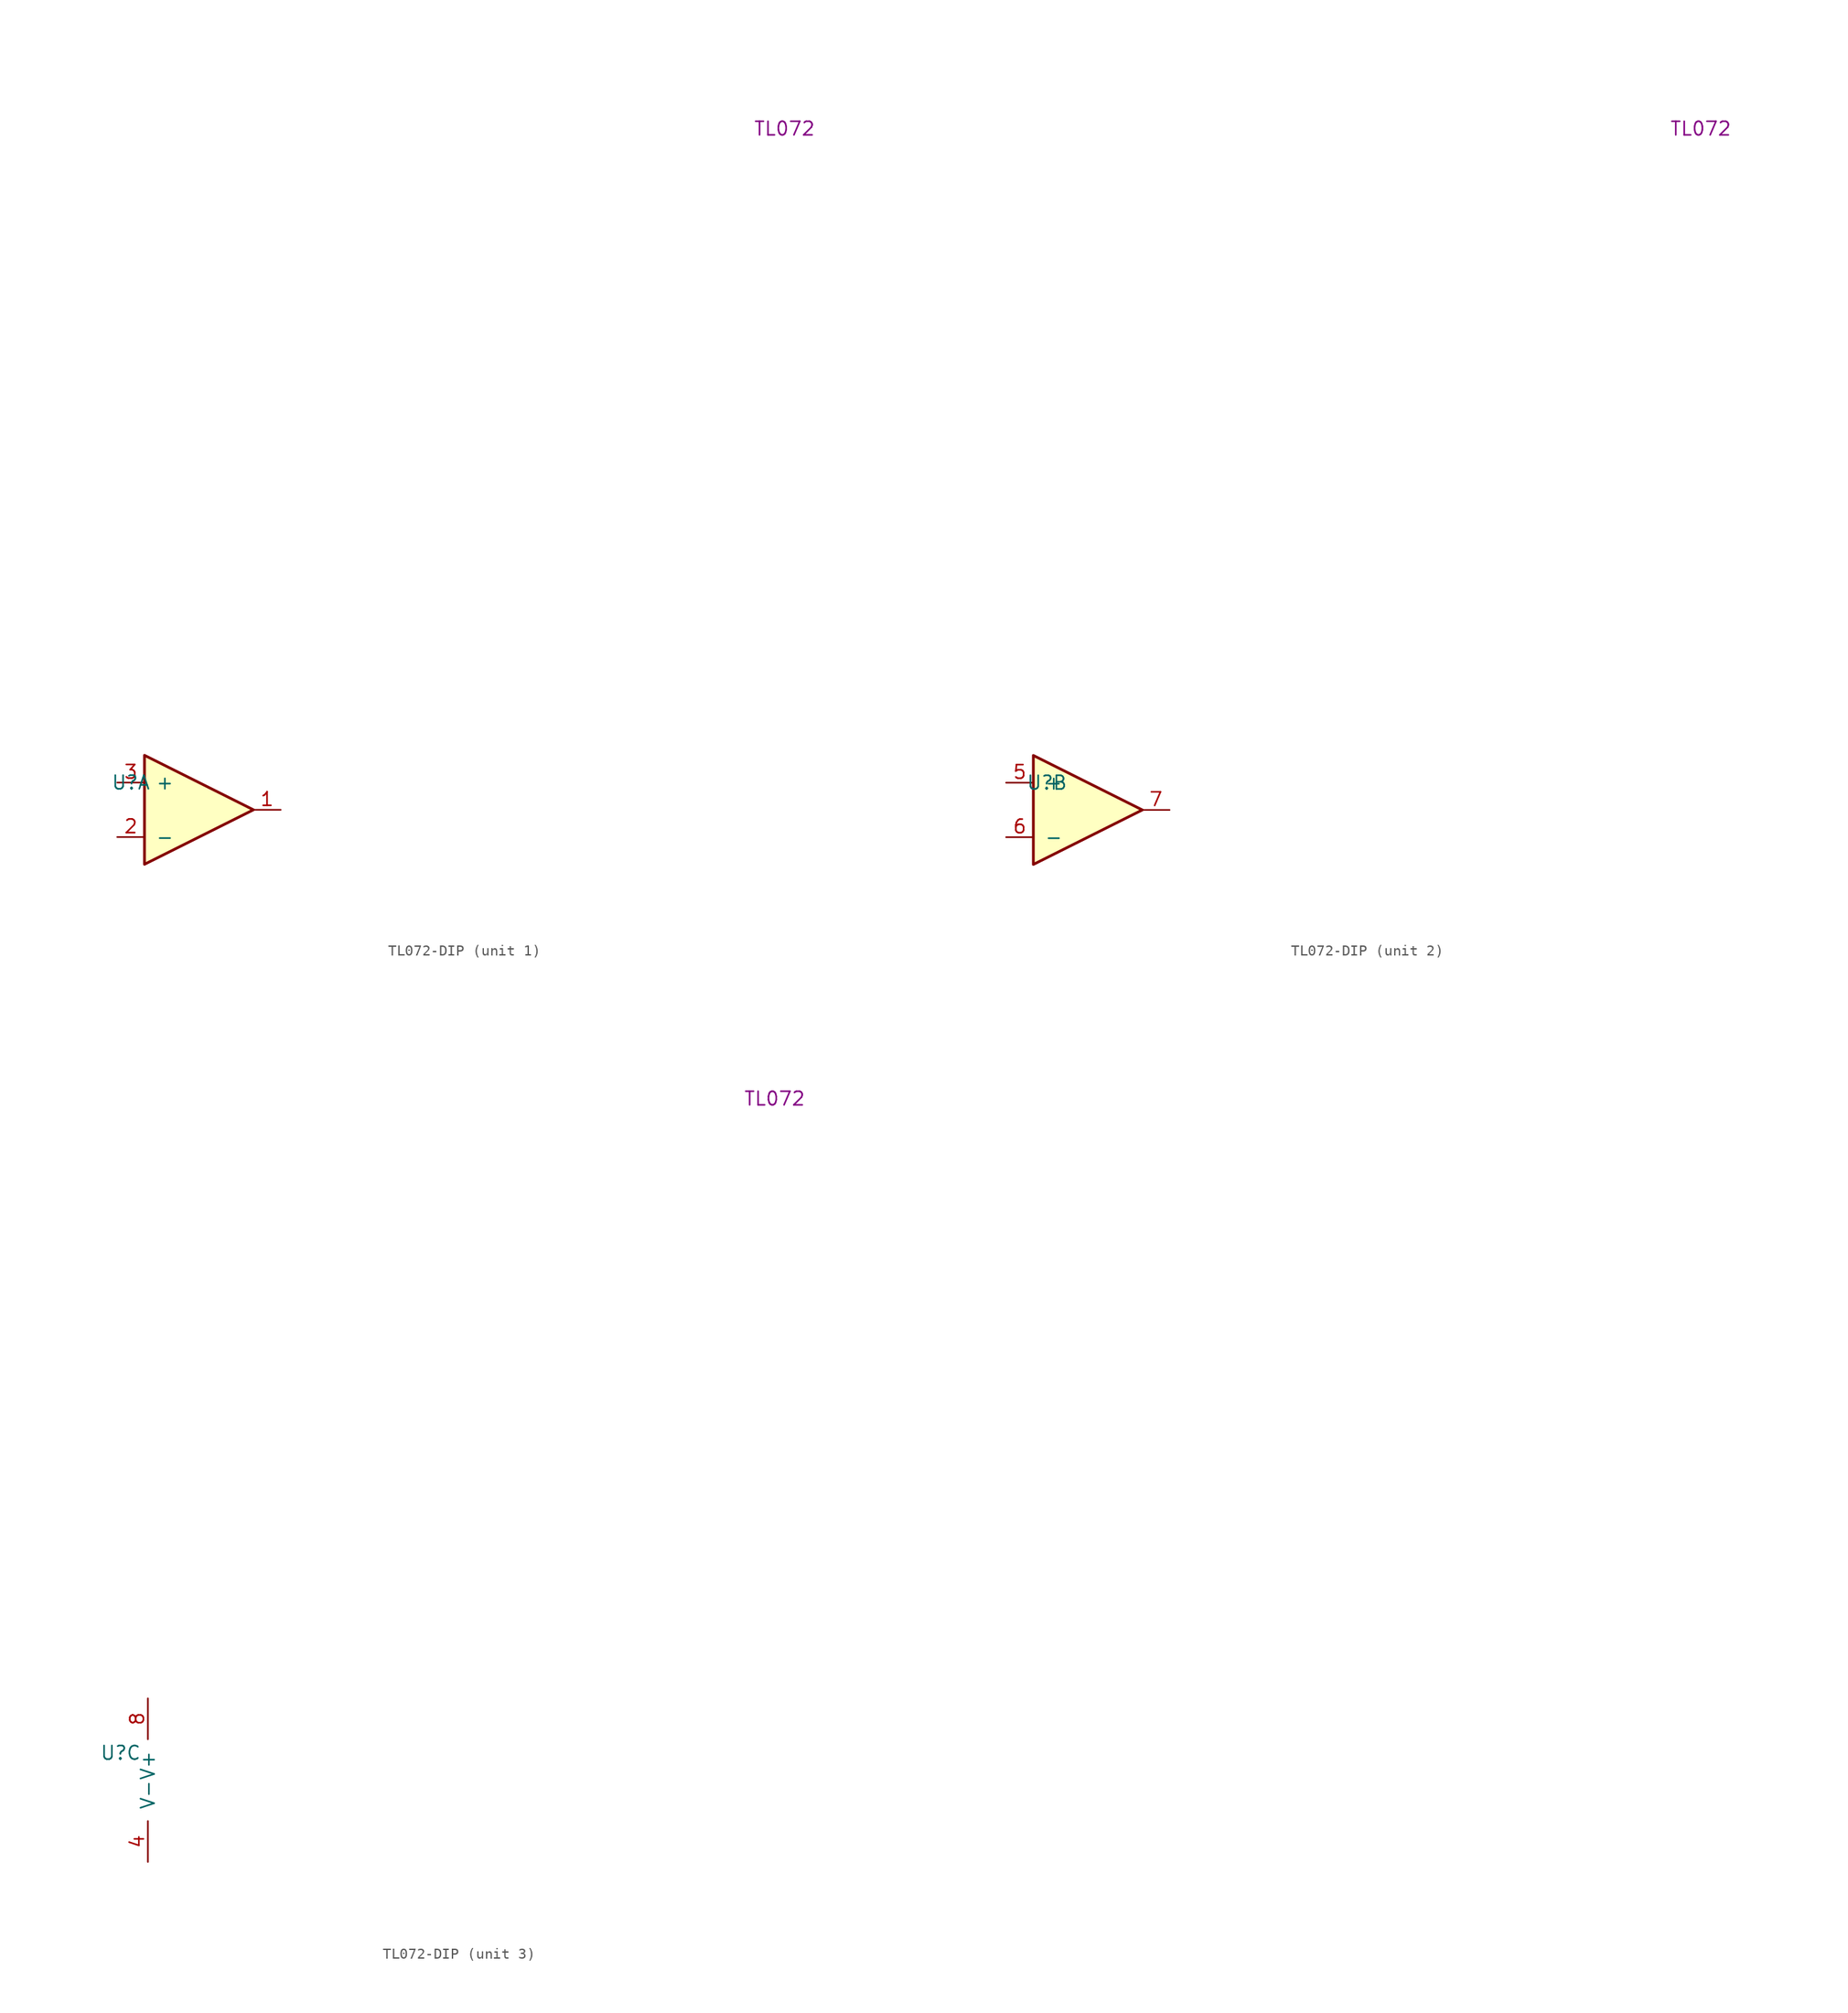
<source format=kicad_sym>
(kicad_symbol_lib
  (version 20220914)
  (generator kicad_symbol_editor)
  (symbol "TL072-DIP"
    (pin_names
      (offset 1.016))
    (property "Reference" "U"
      (at -2.54 2.54 0)
      (effects (font (size 1.27 1.27))))
    (property "_Value_" "TL072"
      (at 58.42 63.5 0)
      (effects (font (size 1.27 1.27))))
    (property "ki_locked" ""
      (at 0 0 0)
      (effects (font (size 1.27 1.27))))
    (symbol "TL072-DIP_1_1"
      (polyline (pts (xy -1.27 5.08) (xy 8.89 0) (xy -1.27 -5.08) (xy -1.27 5.08)) (stroke (width 0.254) (type default)) (fill (type background)))
      (pin output line (at 11.43 0 180) (length 2.54) (name "~" (effects (font (size 1.27 1.27)))) (number "1" (effects (font (size 1.27 1.27)))))
      (pin input line (at -3.81 -2.54 0) (length 2.54) (name "-" (effects (font (size 1.27 1.27)))) (number "2" (effects (font (size 1.27 1.27)))))
      (pin input line (at -3.81 2.54 0) (length 2.54) (name "+" (effects (font (size 1.27 1.27)))) (number "3" (effects (font (size 1.27 1.27))))))
    (symbol "TL072-DIP_2_1"
      (polyline (pts (xy -3.81 5.08) (xy 6.35 0) (xy -3.81 -5.08) (xy -3.81 5.08)) (stroke (width 0.254) (type default)) (fill (type background)))
      (pin input line (at -6.35 2.54 0) (length 2.54) (name "+" (effects (font (size 1.27 1.27)))) (number "5" (effects (font (size 1.27 1.27)))))
      (pin input line (at -6.35 -2.54 0) (length 2.54) (name "-" (effects (font (size 1.27 1.27)))) (number "6" (effects (font (size 1.27 1.27)))))
      (pin output line (at 8.89 0 180) (length 2.54) (name "~" (effects (font (size 1.27 1.27)))) (number "7" (effects (font (size 1.27 1.27))))))
    (symbol "TL072-DIP_3_1"
      (pin power_in line (at 0 -7.62 90) (length 3.81) (name "V-" (effects (font (size 1.27 1.27)))) (number "4" (effects (font (size 1.27 1.27)))))
      (pin power_in line (at 0 7.62 270) (length 3.81) (name "V+" (effects (font (size 1.27 1.27)))) (number "8" (effects (font (size 1.27 1.27))))))))
</source>
